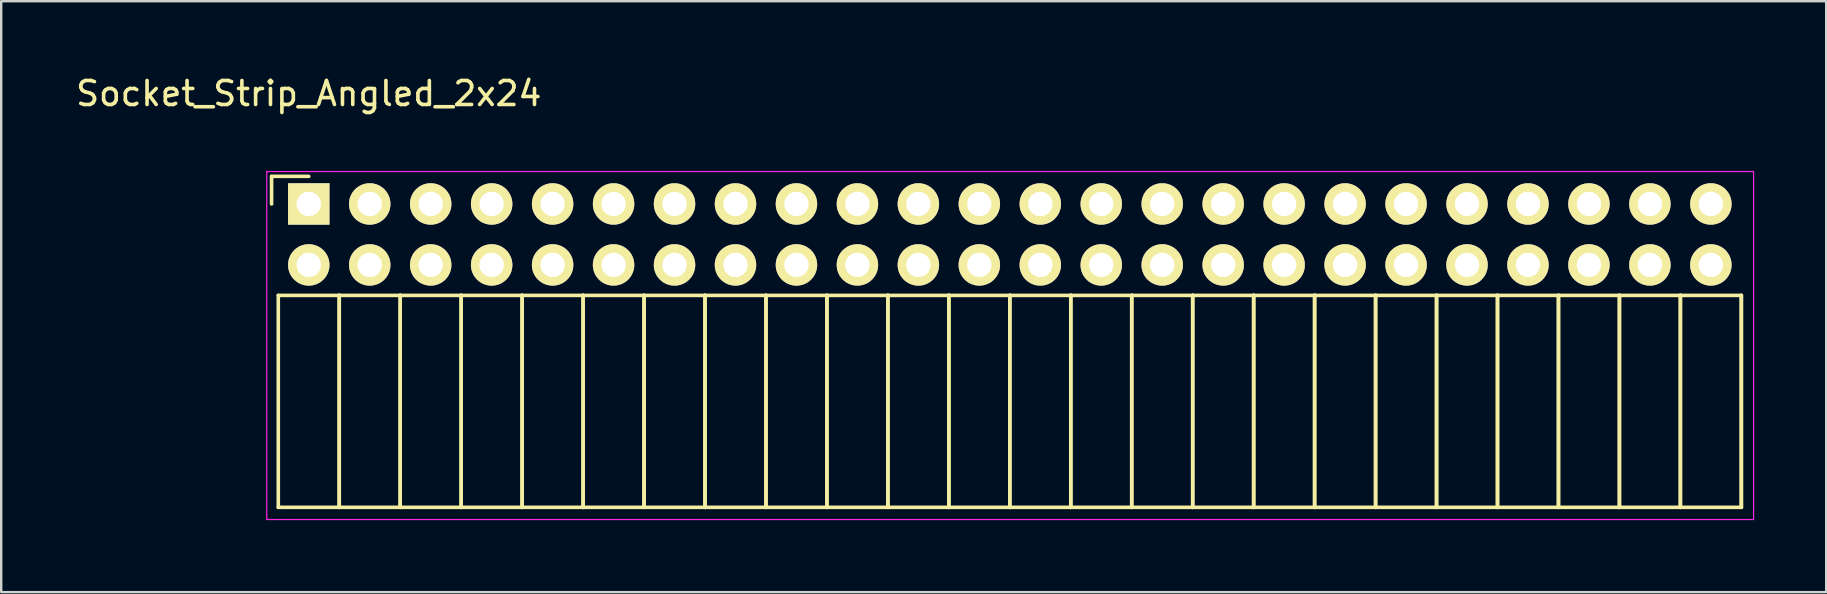
<source format=kicad_pcb>
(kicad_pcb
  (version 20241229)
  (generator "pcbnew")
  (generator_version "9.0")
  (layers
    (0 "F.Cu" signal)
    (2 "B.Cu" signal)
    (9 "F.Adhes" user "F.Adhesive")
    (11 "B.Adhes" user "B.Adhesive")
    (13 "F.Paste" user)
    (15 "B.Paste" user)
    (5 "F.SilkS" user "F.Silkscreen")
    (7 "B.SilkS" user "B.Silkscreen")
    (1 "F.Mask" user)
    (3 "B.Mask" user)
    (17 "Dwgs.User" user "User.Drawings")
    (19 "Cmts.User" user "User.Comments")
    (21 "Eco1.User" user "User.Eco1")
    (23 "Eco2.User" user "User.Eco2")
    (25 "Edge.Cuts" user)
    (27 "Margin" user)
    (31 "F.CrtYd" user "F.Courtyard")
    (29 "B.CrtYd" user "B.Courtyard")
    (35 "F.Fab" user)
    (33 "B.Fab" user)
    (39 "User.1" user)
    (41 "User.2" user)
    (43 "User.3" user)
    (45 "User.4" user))
  (footprint "Socket_Strip_Angled_2x24"
    (layer "F.Cu")
    (at 9.815 5.448)
    (property "Reference" "Socket_Strip_Angled_2x24" (at 0 -4.6 0) (layer "F.SilkS") (effects (font (size 1 1) (thickness 0.15))))
    (attr through_hole)
    (fp_line (start -1.55 -1.15) (end -1.55 0) (stroke (width 0.15) (type solid)) (layer "F.SilkS"))
    (fp_line (start -1.27 3.81) (end -1.27 12.64) (stroke (width 0.15) (type solid)) (layer "F.SilkS"))
    (fp_line (start -1.27 3.81) (end 1.27 3.81) (stroke (width 0.15) (type solid)) (layer "F.SilkS"))
    (fp_line (start -1.27 12.64) (end 1.27 12.64) (stroke (width 0.15) (type solid)) (layer "F.SilkS"))
    (fp_line (start 0 -1.15) (end -1.55 -1.15) (stroke (width 0.15) (type solid)) (layer "F.SilkS"))
    (fp_line (start 1.27 3.81) (end 1.27 12.64) (stroke (width 0.15) (type solid)) (layer "F.SilkS"))
    (fp_line (start 1.27 3.81) (end 3.81 3.81) (stroke (width 0.15) (type solid)) (layer "F.SilkS"))
    (fp_line (start 1.27 12.64) (end 1.27 3.81) (stroke (width 0.15) (type solid)) (layer "F.SilkS"))
    (fp_line (start 1.27 12.64) (end 3.81 12.64) (stroke (width 0.15) (type solid)) (layer "F.SilkS"))
    (fp_line (start 3.81 3.81) (end 3.81 12.64) (stroke (width 0.15) (type solid)) (layer "F.SilkS"))
    (fp_line (start 3.81 3.81) (end 6.35 3.81) (stroke (width 0.15) (type solid)) (layer "F.SilkS"))
    (fp_line (start 3.81 12.64) (end 3.81 3.81) (stroke (width 0.15) (type solid)) (layer "F.SilkS"))
    (fp_line (start 3.81 12.64) (end 6.35 12.64) (stroke (width 0.15) (type solid)) (layer "F.SilkS"))
    (fp_line (start 6.35 3.81) (end 6.35 12.64) (stroke (width 0.15) (type solid)) (layer "F.SilkS"))
    (fp_line (start 6.35 3.81) (end 8.89 3.81) (stroke (width 0.15) (type solid)) (layer "F.SilkS"))
    (fp_line (start 6.35 12.64) (end 6.35 3.81) (stroke (width 0.15) (type solid)) (layer "F.SilkS"))
    (fp_line (start 6.35 12.64) (end 8.89 12.64) (stroke (width 0.15) (type solid)) (layer "F.SilkS"))
    (fp_line (start 8.89 3.81) (end 8.89 12.64) (stroke (width 0.15) (type solid)) (layer "F.SilkS"))
    (fp_line (start 8.89 3.81) (end 11.43 3.81) (stroke (width 0.15) (type solid)) (layer "F.SilkS"))
    (fp_line (start 8.89 12.64) (end 8.89 3.81) (stroke (width 0.15) (type solid)) (layer "F.SilkS"))
    (fp_line (start 8.89 12.64) (end 11.43 12.64) (stroke (width 0.15) (type solid)) (layer "F.SilkS"))
    (fp_line (start 11.43 3.81) (end 11.43 12.64) (stroke (width 0.15) (type solid)) (layer "F.SilkS"))
    (fp_line (start 11.43 3.81) (end 13.97 3.81) (stroke (width 0.15) (type solid)) (layer "F.SilkS"))
    (fp_line (start 11.43 12.64) (end 11.43 3.81) (stroke (width 0.15) (type solid)) (layer "F.SilkS"))
    (fp_line (start 11.43 12.64) (end 13.97 12.64) (stroke (width 0.15) (type solid)) (layer "F.SilkS"))
    (fp_line (start 13.97 3.81) (end 13.97 12.64) (stroke (width 0.15) (type solid)) (layer "F.SilkS"))
    (fp_line (start 13.97 3.81) (end 16.51 3.81) (stroke (width 0.15) (type solid)) (layer "F.SilkS"))
    (fp_line (start 13.97 12.64) (end 13.97 3.81) (stroke (width 0.15) (type solid)) (layer "F.SilkS"))
    (fp_line (start 13.97 12.64) (end 16.51 12.64) (stroke (width 0.15) (type solid)) (layer "F.SilkS"))
    (fp_line (start 16.51 3.81) (end 16.51 12.64) (stroke (width 0.15) (type solid)) (layer "F.SilkS"))
    (fp_line (start 16.51 3.81) (end 19.05 3.81) (stroke (width 0.15) (type solid)) (layer "F.SilkS"))
    (fp_line (start 16.51 12.64) (end 16.51 3.81) (stroke (width 0.15) (type solid)) (layer "F.SilkS"))
    (fp_line (start 16.51 12.64) (end 19.05 12.64) (stroke (width 0.15) (type solid)) (layer "F.SilkS"))
    (fp_line (start 19.05 3.81) (end 19.05 12.64) (stroke (width 0.15) (type solid)) (layer "F.SilkS"))
    (fp_line (start 19.05 3.81) (end 21.59 3.81) (stroke (width 0.15) (type solid)) (layer "F.SilkS"))
    (fp_line (start 19.05 12.64) (end 19.05 3.81) (stroke (width 0.15) (type solid)) (layer "F.SilkS"))
    (fp_line (start 19.05 12.64) (end 21.59 12.64) (stroke (width 0.15) (type solid)) (layer "F.SilkS"))
    (fp_line (start 21.59 3.81) (end 21.59 12.64) (stroke (width 0.15) (type solid)) (layer "F.SilkS"))
    (fp_line (start 21.59 3.81) (end 24.13 3.81) (stroke (width 0.15) (type solid)) (layer "F.SilkS"))
    (fp_line (start 21.59 12.64) (end 21.59 3.81) (stroke (width 0.15) (type solid)) (layer "F.SilkS"))
    (fp_line (start 21.59 12.64) (end 24.13 12.64) (stroke (width 0.15) (type solid)) (layer "F.SilkS"))
    (fp_line (start 24.13 3.81) (end 24.13 12.64) (stroke (width 0.15) (type solid)) (layer "F.SilkS"))
    (fp_line (start 24.13 3.81) (end 26.67 3.81) (stroke (width 0.15) (type solid)) (layer "F.SilkS"))
    (fp_line (start 24.13 12.64) (end 24.13 3.81) (stroke (width 0.15) (type solid)) (layer "F.SilkS"))
    (fp_line (start 24.13 12.64) (end 26.67 12.64) (stroke (width 0.15) (type solid)) (layer "F.SilkS"))
    (fp_line (start 26.67 3.81) (end 26.67 12.64) (stroke (width 0.15) (type solid)) (layer "F.SilkS"))
    (fp_line (start 26.67 3.81) (end 29.21 3.81) (stroke (width 0.15) (type solid)) (layer "F.SilkS"))
    (fp_line (start 26.67 12.64) (end 26.67 3.81) (stroke (width 0.15) (type solid)) (layer "F.SilkS"))
    (fp_line (start 26.67 12.64) (end 29.21 12.64) (stroke (width 0.15) (type solid)) (layer "F.SilkS"))
    (fp_line (start 29.21 3.81) (end 29.21 12.64) (stroke (width 0.15) (type solid)) (layer "F.SilkS"))
    (fp_line (start 29.21 3.81) (end 31.75 3.81) (stroke (width 0.15) (type solid)) (layer "F.SilkS"))
    (fp_line (start 29.21 12.64) (end 29.21 3.81) (stroke (width 0.15) (type solid)) (layer "F.SilkS"))
    (fp_line (start 29.21 12.64) (end 31.75 12.64) (stroke (width 0.15) (type solid)) (layer "F.SilkS"))
    (fp_line (start 31.75 3.81) (end 31.75 12.64) (stroke (width 0.15) (type solid)) (layer "F.SilkS"))
    (fp_line (start 31.75 3.81) (end 34.29 3.81) (stroke (width 0.15) (type solid)) (layer "F.SilkS"))
    (fp_line (start 31.75 12.64) (end 31.75 3.81) (stroke (width 0.15) (type solid)) (layer "F.SilkS"))
    (fp_line (start 31.75 12.64) (end 34.29 12.64) (stroke (width 0.15) (type solid)) (layer "F.SilkS"))
    (fp_line (start 34.29 3.81) (end 34.29 12.64) (stroke (width 0.15) (type solid)) (layer "F.SilkS"))
    (fp_line (start 34.29 3.81) (end 36.83 3.81) (stroke (width 0.15) (type solid)) (layer "F.SilkS"))
    (fp_line (start 34.29 12.64) (end 34.29 3.81) (stroke (width 0.15) (type solid)) (layer "F.SilkS"))
    (fp_line (start 34.29 12.64) (end 36.83 12.64) (stroke (width 0.15) (type solid)) (layer "F.SilkS"))
    (fp_line (start 36.83 3.81) (end 36.83 12.64) (stroke (width 0.15) (type solid)) (layer "F.SilkS"))
    (fp_line (start 36.83 3.81) (end 39.37 3.81) (stroke (width 0.15) (type solid)) (layer "F.SilkS"))
    (fp_line (start 36.83 12.64) (end 36.83 3.81) (stroke (width 0.15) (type solid)) (layer "F.SilkS"))
    (fp_line (start 36.83 12.64) (end 39.37 12.64) (stroke (width 0.15) (type solid)) (layer "F.SilkS"))
    (fp_line (start 39.37 3.81) (end 39.37 12.64) (stroke (width 0.15) (type solid)) (layer "F.SilkS"))
    (fp_line (start 39.37 3.81) (end 41.91 3.81) (stroke (width 0.15) (type solid)) (layer "F.SilkS"))
    (fp_line (start 39.37 12.64) (end 39.37 3.81) (stroke (width 0.15) (type solid)) (layer "F.SilkS"))
    (fp_line (start 39.37 12.64) (end 41.91 12.64) (stroke (width 0.15) (type solid)) (layer "F.SilkS"))
    (fp_line (start 41.91 3.81) (end 41.91 12.64) (stroke (width 0.15) (type solid)) (layer "F.SilkS"))
    (fp_line (start 41.91 3.81) (end 44.45 3.81) (stroke (width 0.15) (type solid)) (layer "F.SilkS"))
    (fp_line (start 41.91 12.64) (end 41.91 3.81) (stroke (width 0.15) (type solid)) (layer "F.SilkS"))
    (fp_line (start 41.91 12.64) (end 44.45 12.64) (stroke (width 0.15) (type solid)) (layer "F.SilkS"))
    (fp_line (start 44.45 3.81) (end 44.45 12.64) (stroke (width 0.15) (type solid)) (layer "F.SilkS"))
    (fp_line (start 44.45 3.81) (end 46.99 3.81) (stroke (width 0.15) (type solid)) (layer "F.SilkS"))
    (fp_line (start 44.45 12.64) (end 44.45 3.81) (stroke (width 0.15) (type solid)) (layer "F.SilkS"))
    (fp_line (start 44.45 12.64) (end 46.99 12.64) (stroke (width 0.15) (type solid)) (layer "F.SilkS"))
    (fp_line (start 46.99 3.81) (end 46.99 12.64) (stroke (width 0.15) (type solid)) (layer "F.SilkS"))
    (fp_line (start 46.99 3.81) (end 49.53 3.81) (stroke (width 0.15) (type solid)) (layer "F.SilkS"))
    (fp_line (start 46.99 12.64) (end 46.99 3.81) (stroke (width 0.15) (type solid)) (layer "F.SilkS"))
    (fp_line (start 46.99 12.64) (end 49.53 12.64) (stroke (width 0.15) (type solid)) (layer "F.SilkS"))
    (fp_line (start 49.53 3.81) (end 49.53 12.64) (stroke (width 0.15) (type solid)) (layer "F.SilkS"))
    (fp_line (start 49.53 3.81) (end 52.07 3.81) (stroke (width 0.15) (type solid)) (layer "F.SilkS"))
    (fp_line (start 49.53 12.64) (end 49.53 3.81) (stroke (width 0.15) (type solid)) (layer "F.SilkS"))
    (fp_line (start 49.53 12.64) (end 52.07 12.64) (stroke (width 0.15) (type solid)) (layer "F.SilkS"))
    (fp_line (start 52.07 3.81) (end 52.07 12.64) (stroke (width 0.15) (type solid)) (layer "F.SilkS"))
    (fp_line (start 52.07 3.81) (end 54.61 3.81) (stroke (width 0.15) (type solid)) (layer "F.SilkS"))
    (fp_line (start 52.07 12.64) (end 52.07 3.81) (stroke (width 0.15) (type solid)) (layer "F.SilkS"))
    (fp_line (start 52.07 12.64) (end 54.61 12.64) (stroke (width 0.15) (type solid)) (layer "F.SilkS"))
    (fp_line (start 54.61 3.81) (end 54.61 12.64) (stroke (width 0.15) (type solid)) (layer "F.SilkS"))
    (fp_line (start 54.61 3.81) (end 57.15 3.81) (stroke (width 0.15) (type solid)) (layer "F.SilkS"))
    (fp_line (start 54.61 12.64) (end 54.61 3.81) (stroke (width 0.15) (type solid)) (layer "F.SilkS"))
    (fp_line (start 54.61 12.64) (end 57.15 12.64) (stroke (width 0.15) (type solid)) (layer "F.SilkS"))
    (fp_line (start 57.15 3.81) (end 57.15 12.64) (stroke (width 0.15) (type solid)) (layer "F.SilkS"))
    (fp_line (start 57.15 3.81) (end 59.69 3.81) (stroke (width 0.15) (type solid)) (layer "F.SilkS"))
    (fp_line (start 57.15 12.64) (end 57.15 3.81) (stroke (width 0.15) (type solid)) (layer "F.SilkS"))
    (fp_line (start 57.15 12.64) (end 59.69 12.64) (stroke (width 0.15) (type solid)) (layer "F.SilkS"))
    (fp_line (start 59.69 3.81) (end 59.69 12.64) (stroke (width 0.15) (type solid)) (layer "F.SilkS"))
    (fp_line (start 59.69 12.64) (end 59.69 3.81) (stroke (width 0.15) (type solid)) (layer "F.SilkS"))
    (fp_line (start -1.75 -1.35) (end -1.75 13.15) (stroke (width 0.05) (type solid)) (layer "F.CrtYd"))
    (fp_line (start -1.75 -1.35) (end 60.2 -1.35) (stroke (width 0.05) (type solid)) (layer "F.CrtYd"))
    (fp_line (start -1.75 13.15) (end 60.2 13.15) (stroke (width 0.05) (type solid)) (layer "F.CrtYd"))
    (fp_line (start 60.2 -1.35) (end 60.2 13.15) (stroke (width 0.05) (type solid)) (layer "F.CrtYd"))
    (pad "1" thru_hole rect (at 0 0) (size 1.727 1.727) (drill 1.016) (layers "*.Cu" "*.Mask" "F.SilkS"))
    (pad "2" thru_hole oval (at 0 2.54) (size 1.727 1.727) (drill 1.016) (layers "*.Cu" "*.Mask" "F.SilkS"))
    (pad "3" thru_hole oval (at 2.54 0) (size 1.727 1.727) (drill 1.016) (layers "*.Cu" "*.Mask" "F.SilkS"))
    (pad "4" thru_hole oval (at 2.54 2.54) (size 1.727 1.727) (drill 1.016) (layers "*.Cu" "*.Mask" "F.SilkS"))
    (pad "5" thru_hole oval (at 5.08 0) (size 1.727 1.727) (drill 1.016) (layers "*.Cu" "*.Mask" "F.SilkS"))
    (pad "6" thru_hole oval (at 5.08 2.54) (size 1.727 1.727) (drill 1.016) (layers "*.Cu" "*.Mask" "F.SilkS"))
    (pad "7" thru_hole oval (at 7.62 0) (size 1.727 1.727) (drill 1.016) (layers "*.Cu" "*.Mask" "F.SilkS"))
    (pad "8" thru_hole oval (at 7.62 2.54) (size 1.727 1.727) (drill 1.016) (layers "*.Cu" "*.Mask" "F.SilkS"))
    (pad "9" thru_hole oval (at 10.16 0) (size 1.727 1.727) (drill 1.016) (layers "*.Cu" "*.Mask" "F.SilkS"))
    (pad "10" thru_hole oval (at 10.16 2.54) (size 1.727 1.727) (drill 1.016) (layers "*.Cu" "*.Mask" "F.SilkS"))
    (pad "11" thru_hole oval (at 12.7 0) (size 1.727 1.727) (drill 1.016) (layers "*.Cu" "*.Mask" "F.SilkS"))
    (pad "12" thru_hole oval (at 12.7 2.54) (size 1.727 1.727) (drill 1.016) (layers "*.Cu" "*.Mask" "F.SilkS"))
    (pad "13" thru_hole oval (at 15.24 0) (size 1.727 1.727) (drill 1.016) (layers "*.Cu" "*.Mask" "F.SilkS"))
    (pad "14" thru_hole oval (at 15.24 2.54) (size 1.727 1.727) (drill 1.016) (layers "*.Cu" "*.Mask" "F.SilkS"))
    (pad "15" thru_hole oval (at 17.78 0) (size 1.727 1.727) (drill 1.016) (layers "*.Cu" "*.Mask" "F.SilkS"))
    (pad "16" thru_hole oval (at 17.78 2.54) (size 1.727 1.727) (drill 1.016) (layers "*.Cu" "*.Mask" "F.SilkS"))
    (pad "17" thru_hole oval (at 20.32 0) (size 1.727 1.727) (drill 1.016) (layers "*.Cu" "*.Mask" "F.SilkS"))
    (pad "18" thru_hole oval (at 20.32 2.54) (size 1.727 1.727) (drill 1.016) (layers "*.Cu" "*.Mask" "F.SilkS"))
    (pad "19" thru_hole oval (at 22.86 0) (size 1.727 1.727) (drill 1.016) (layers "*.Cu" "*.Mask" "F.SilkS"))
    (pad "20" thru_hole oval (at 22.86 2.54) (size 1.727 1.727) (drill 1.016) (layers "*.Cu" "*.Mask" "F.SilkS"))
    (pad "21" thru_hole oval (at 25.4 0) (size 1.727 1.727) (drill 1.016) (layers "*.Cu" "*.Mask" "F.SilkS"))
    (pad "22" thru_hole oval (at 25.4 2.54) (size 1.727 1.727) (drill 1.016) (layers "*.Cu" "*.Mask" "F.SilkS"))
    (pad "23" thru_hole oval (at 27.94 0) (size 1.727 1.727) (drill 1.016) (layers "*.Cu" "*.Mask" "F.SilkS"))
    (pad "24" thru_hole oval (at 27.94 2.54) (size 1.727 1.727) (drill 1.016) (layers "*.Cu" "*.Mask" "F.SilkS"))
    (pad "25" thru_hole oval (at 30.48 0) (size 1.727 1.727) (drill 1.016) (layers "*.Cu" "*.Mask" "F.SilkS"))
    (pad "26" thru_hole oval (at 30.48 2.54) (size 1.727 1.727) (drill 1.016) (layers "*.Cu" "*.Mask" "F.SilkS"))
    (pad "27" thru_hole oval (at 33.02 0) (size 1.727 1.727) (drill 1.016) (layers "*.Cu" "*.Mask" "F.SilkS"))
    (pad "28" thru_hole oval (at 33.02 2.54) (size 1.727 1.727) (drill 1.016) (layers "*.Cu" "*.Mask" "F.SilkS"))
    (pad "29" thru_hole oval (at 35.56 0) (size 1.727 1.727) (drill 1.016) (layers "*.Cu" "*.Mask" "F.SilkS"))
    (pad "30" thru_hole oval (at 35.56 2.54) (size 1.727 1.727) (drill 1.016) (layers "*.Cu" "*.Mask" "F.SilkS"))
    (pad "31" thru_hole oval (at 38.1 0) (size 1.727 1.727) (drill 1.016) (layers "*.Cu" "*.Mask" "F.SilkS"))
    (pad "32" thru_hole oval (at 38.1 2.54) (size 1.727 1.727) (drill 1.016) (layers "*.Cu" "*.Mask" "F.SilkS"))
    (pad "33" thru_hole oval (at 40.64 0) (size 1.727 1.727) (drill 1.016) (layers "*.Cu" "*.Mask" "F.SilkS"))
    (pad "34" thru_hole oval (at 40.64 2.54) (size 1.727 1.727) (drill 1.016) (layers "*.Cu" "*.Mask" "F.SilkS"))
    (pad "35" thru_hole oval (at 43.18 0) (size 1.727 1.727) (drill 1.016) (layers "*.Cu" "*.Mask" "F.SilkS"))
    (pad "36" thru_hole oval (at 43.18 2.54) (size 1.727 1.727) (drill 1.016) (layers "*.Cu" "*.Mask" "F.SilkS"))
    (pad "37" thru_hole oval (at 45.72 0) (size 1.727 1.727) (drill 1.016) (layers "*.Cu" "*.Mask" "F.SilkS"))
    (pad "38" thru_hole oval (at 45.72 2.54) (size 1.727 1.727) (drill 1.016) (layers "*.Cu" "*.Mask" "F.SilkS"))
    (pad "39" thru_hole oval (at 48.26 0) (size 1.727 1.727) (drill 1.016) (layers "*.Cu" "*.Mask" "F.SilkS"))
    (pad "40" thru_hole oval (at 48.26 2.54) (size 1.727 1.727) (drill 1.016) (layers "*.Cu" "*.Mask" "F.SilkS"))
    (pad "41" thru_hole oval (at 50.8 0) (size 1.727 1.727) (drill 1.016) (layers "*.Cu" "*.Mask" "F.SilkS"))
    (pad "42" thru_hole oval (at 50.8 2.54) (size 1.727 1.727) (drill 1.016) (layers "*.Cu" "*.Mask" "F.SilkS"))
    (pad "43" thru_hole oval (at 53.34 0) (size 1.727 1.727) (drill 1.016) (layers "*.Cu" "*.Mask" "F.SilkS"))
    (pad "44" thru_hole oval (at 53.34 2.54) (size 1.727 1.727) (drill 1.016) (layers "*.Cu" "*.Mask" "F.SilkS"))
    (pad "45" thru_hole oval (at 55.88 0) (size 1.727 1.727) (drill 1.016) (layers "*.Cu" "*.Mask" "F.SilkS"))
    (pad "46" thru_hole oval (at 55.88 2.54) (size 1.727 1.727) (drill 1.016) (layers "*.Cu" "*.Mask" "F.SilkS"))
    (pad "47" thru_hole oval (at 58.42 0) (size 1.727 1.727) (drill 1.016) (layers "*.Cu" "*.Mask" "F.SilkS"))
    (pad "48" thru_hole oval (at 58.42 2.54) (size 1.727 1.727) (drill 1.016) (layers "*.Cu" "*.Mask" "F.SilkS")))
  (gr_rect
    (start -3 -3)
    (end 73.04 21.623)
    (stroke (width 0.1) (type default))
    (fill no)
    (layer "Edge.Cuts")))
</source>
